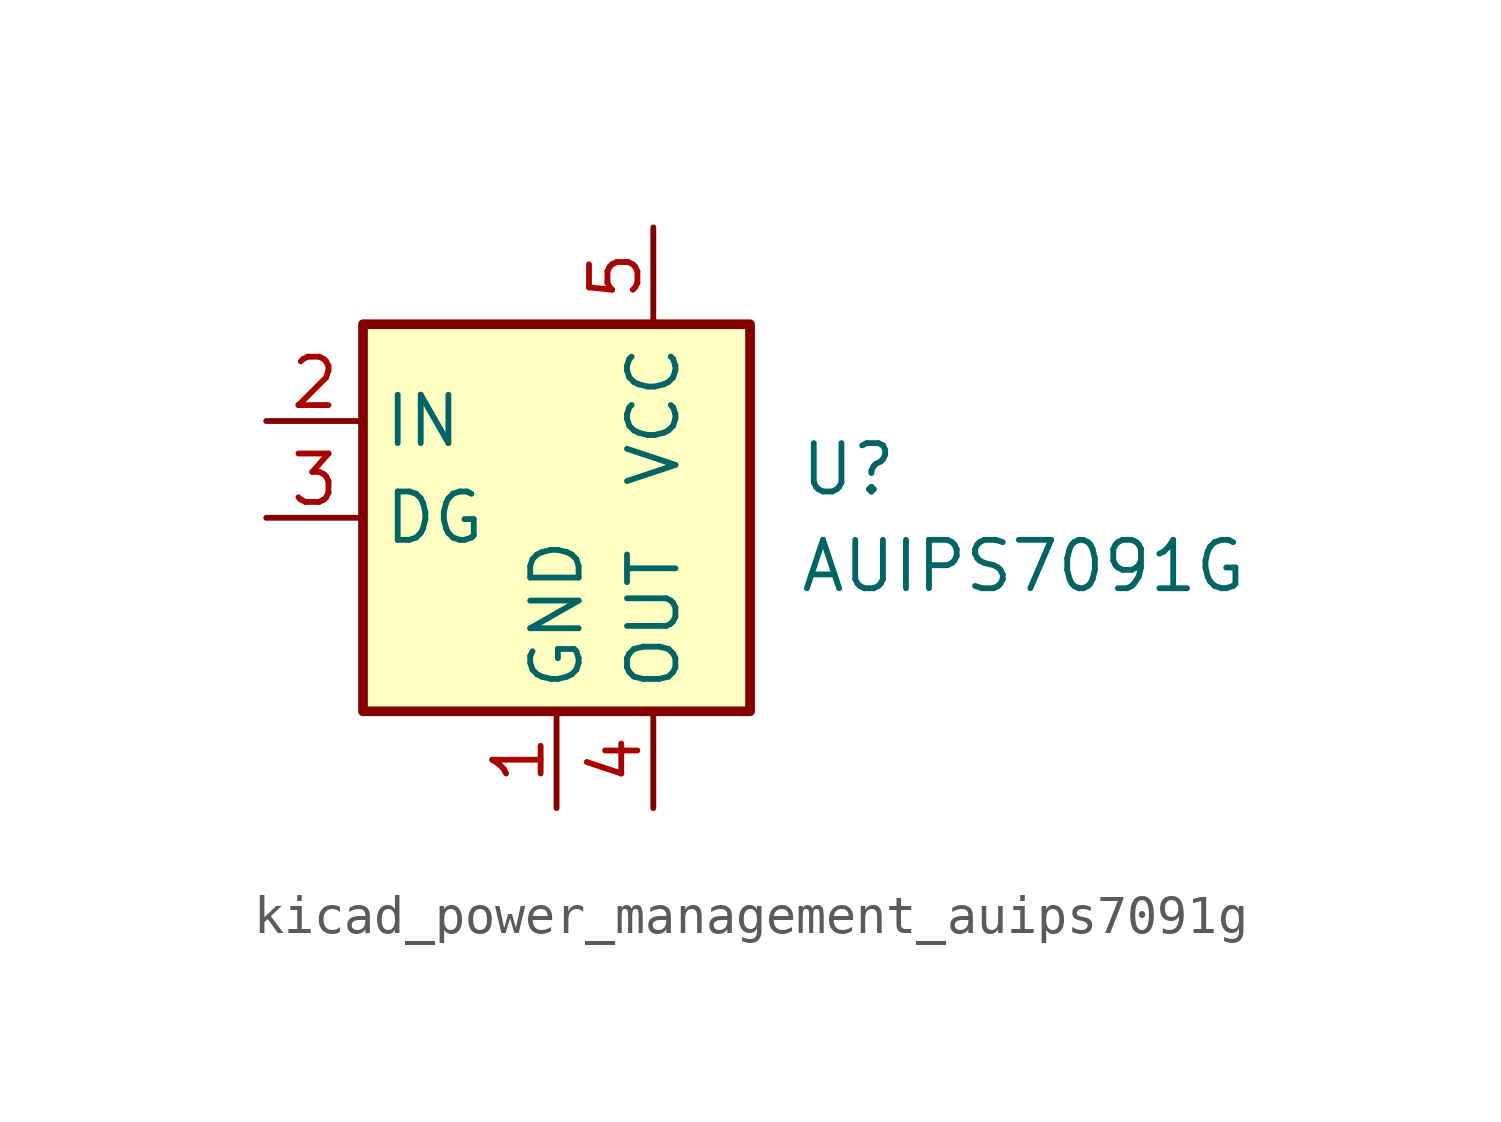
<source format=kicad_sym>
(kicad_symbol_lib
  (version 20220914)
  (generator kicad_symbol_editor)
  (symbol "kicad_power_management_auips7091g"
    (property "Reference" "U"
      (at 3.81 1.27 0)
      (effects (font (size 1.27 1.27)) (justify left)))
    (property "Value" "AUIPS7091G"
      (at 3.81 -1.27 0)
      (effects (font (size 1.27 1.27)) (justify left)))
    (symbol "kicad_power_management_auips7091g_0_1"
      (rectangle (start -7.62 5.08) (end 2.54 -5.08) (stroke (width 0.254) (type default)) (fill (type background))))
    (symbol "kicad_power_management_auips7091g_1_1"
      (pin power_in line (at -2.54 -7.62 90) (length 2.54) (name "GND" (effects (font (size 1.27 1.27)))) (number "1" (effects (font (size 1.27 1.27)))))
      (pin input line (at -10.16 2.54 0) (length 2.54) (name "IN" (effects (font (size 1.27 1.27)))) (number "2" (effects (font (size 1.27 1.27)))))
      (pin open_collector line (at -10.16 0 0) (length 2.54) (name "DG" (effects (font (size 1.27 1.27)))) (number "3" (effects (font (size 1.27 1.27)))))
      (pin power_out line (at 0 -7.62 90) (length 2.54) (name "OUT" (effects (font (size 1.27 1.27)))) (number "4" (effects (font (size 1.27 1.27)))))
      (pin power_in line (at 0 7.62 270) (length 2.54) (name "VCC" (effects (font (size 1.27 1.27)))) (number "5" (effects (font (size 1.27 1.27)))))
      (pin passive line (at 0 7.62 270) (length 2.54) hide (name "VCC" (effects (font (size 1.27 1.27)))) (number "6" (effects (font (size 1.27 1.27)))))
      (pin passive line (at 0 7.62 270) (length 2.54) hide (name "VCC" (effects (font (size 1.27 1.27)))) (number "7" (effects (font (size 1.27 1.27)))))
      (pin passive line (at 0 7.62 270) (length 2.54) hide (name "VCC" (effects (font (size 1.27 1.27)))) (number "8" (effects (font (size 1.27 1.27))))))))
</source>
